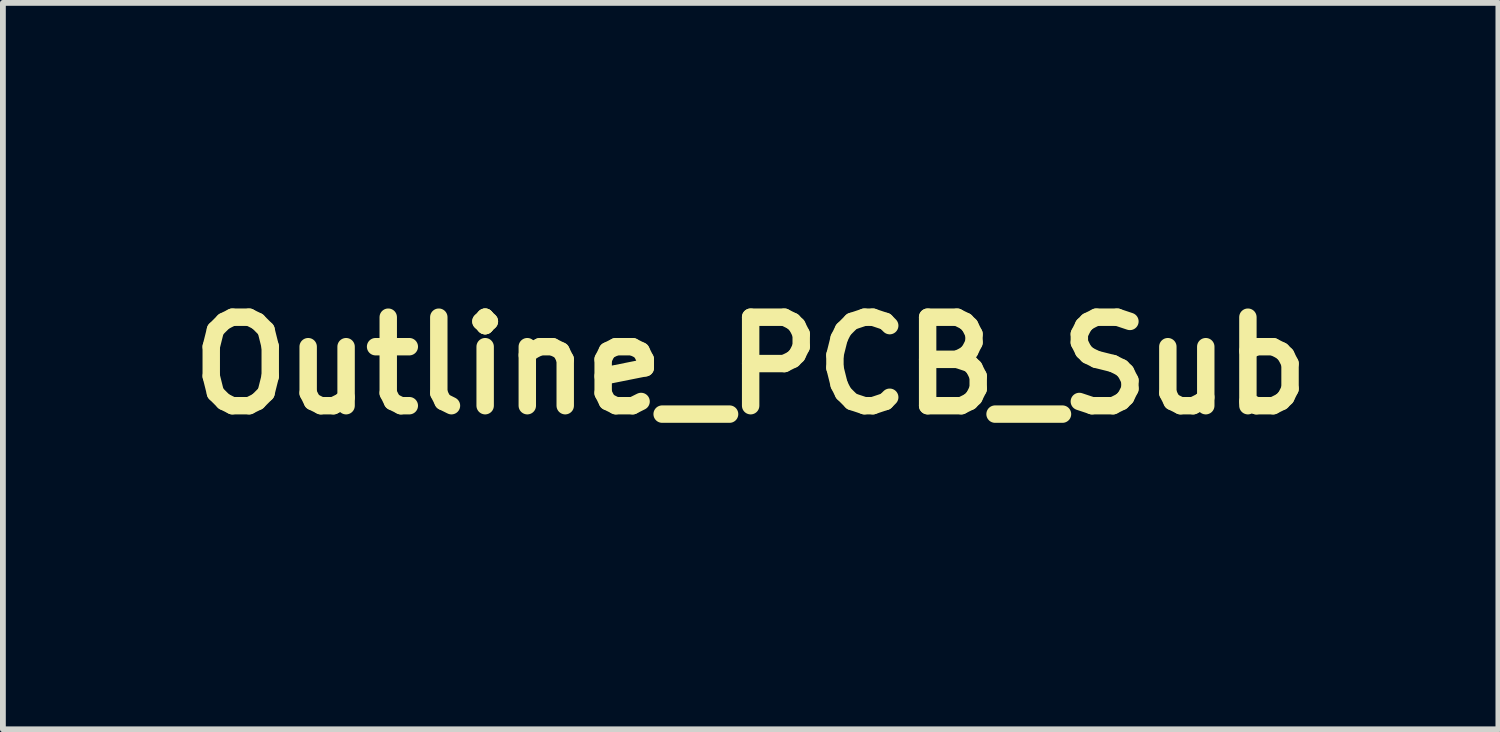
<source format=kicad_pcb>
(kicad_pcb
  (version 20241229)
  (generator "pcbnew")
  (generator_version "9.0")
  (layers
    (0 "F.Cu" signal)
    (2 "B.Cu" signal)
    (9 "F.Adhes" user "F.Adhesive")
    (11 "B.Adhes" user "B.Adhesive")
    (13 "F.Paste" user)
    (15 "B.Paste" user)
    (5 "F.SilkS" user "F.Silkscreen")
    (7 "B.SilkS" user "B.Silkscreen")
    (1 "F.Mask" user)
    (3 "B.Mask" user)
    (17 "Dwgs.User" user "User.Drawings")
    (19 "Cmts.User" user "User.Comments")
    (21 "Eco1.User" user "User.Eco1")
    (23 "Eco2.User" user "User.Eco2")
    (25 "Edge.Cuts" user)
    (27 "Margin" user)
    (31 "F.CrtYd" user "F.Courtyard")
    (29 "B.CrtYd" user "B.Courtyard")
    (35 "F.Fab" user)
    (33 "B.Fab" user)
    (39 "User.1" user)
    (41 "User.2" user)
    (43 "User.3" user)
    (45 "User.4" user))
  (footprint "Outline_PCB_Sub"
    (layer "F.Cu")
    (at 9.877 3.247)
    (property "Reference" "Outline_PCB_Sub" (at 0 0 0) (layer "F.SilkS") (effects (font (size 1.524 1.524) (thickness 0.3))))
    (attr through_hole)
    (fp_poly (pts (xy 8.244 3.257) (xy 1.032 3.257) (xy 1.032 2.522) (xy 1.032 2.357) (xy 1.031 2.202) (xy 1.029 2.06) (xy 1.027 1.932) (xy 1.025 1.824) (xy 1.022 1.736) (xy 1.019 1.673) (xy 1.017 1.647) (xy 0.984 1.481) (xy 0.926 1.326) (xy 0.846 1.184) (xy 0.744 1.057) (xy 0.625 0.948) (xy 0.49 0.858) (xy 0.342 0.79) (xy 0.183 0.746) (xy 0.016 0.727) (xy -0.011 0.727) (xy -0.179 0.741) (xy -0.341 0.783) (xy -0.495 0.85) (xy -0.636 0.941) (xy -0.763 1.054) (xy -0.864 1.178) (xy -0.906 1.243) (xy -0.946 1.318) (xy -0.977 1.386) (xy -0.98 1.396) (xy -0.997 1.444) (xy -1.011 1.492) (xy -1.023 1.543) (xy -1.033 1.601) (xy -1.041 1.666) (xy -1.048 1.743) (xy -1.052 1.833) (xy -1.056 1.94) (xy -1.058 2.066) (xy -1.06 2.213) (xy -1.061 2.386) (xy -1.061 2.526) (xy -1.061 3.257) (xy -8.244 3.257) (xy -8.244 -3.242) (xy 8.244 -3.242) (xy 8.244 3.257)) (stroke (width 0.01) (type solid)) (fill no) (layer "Eco1.User")))
  (gr_rect
    (start -3 -3)
    (end 22.754 9.509)
    (stroke (width 0.1) (type default))
    (fill no)
    (layer "Edge.Cuts")))
</source>
